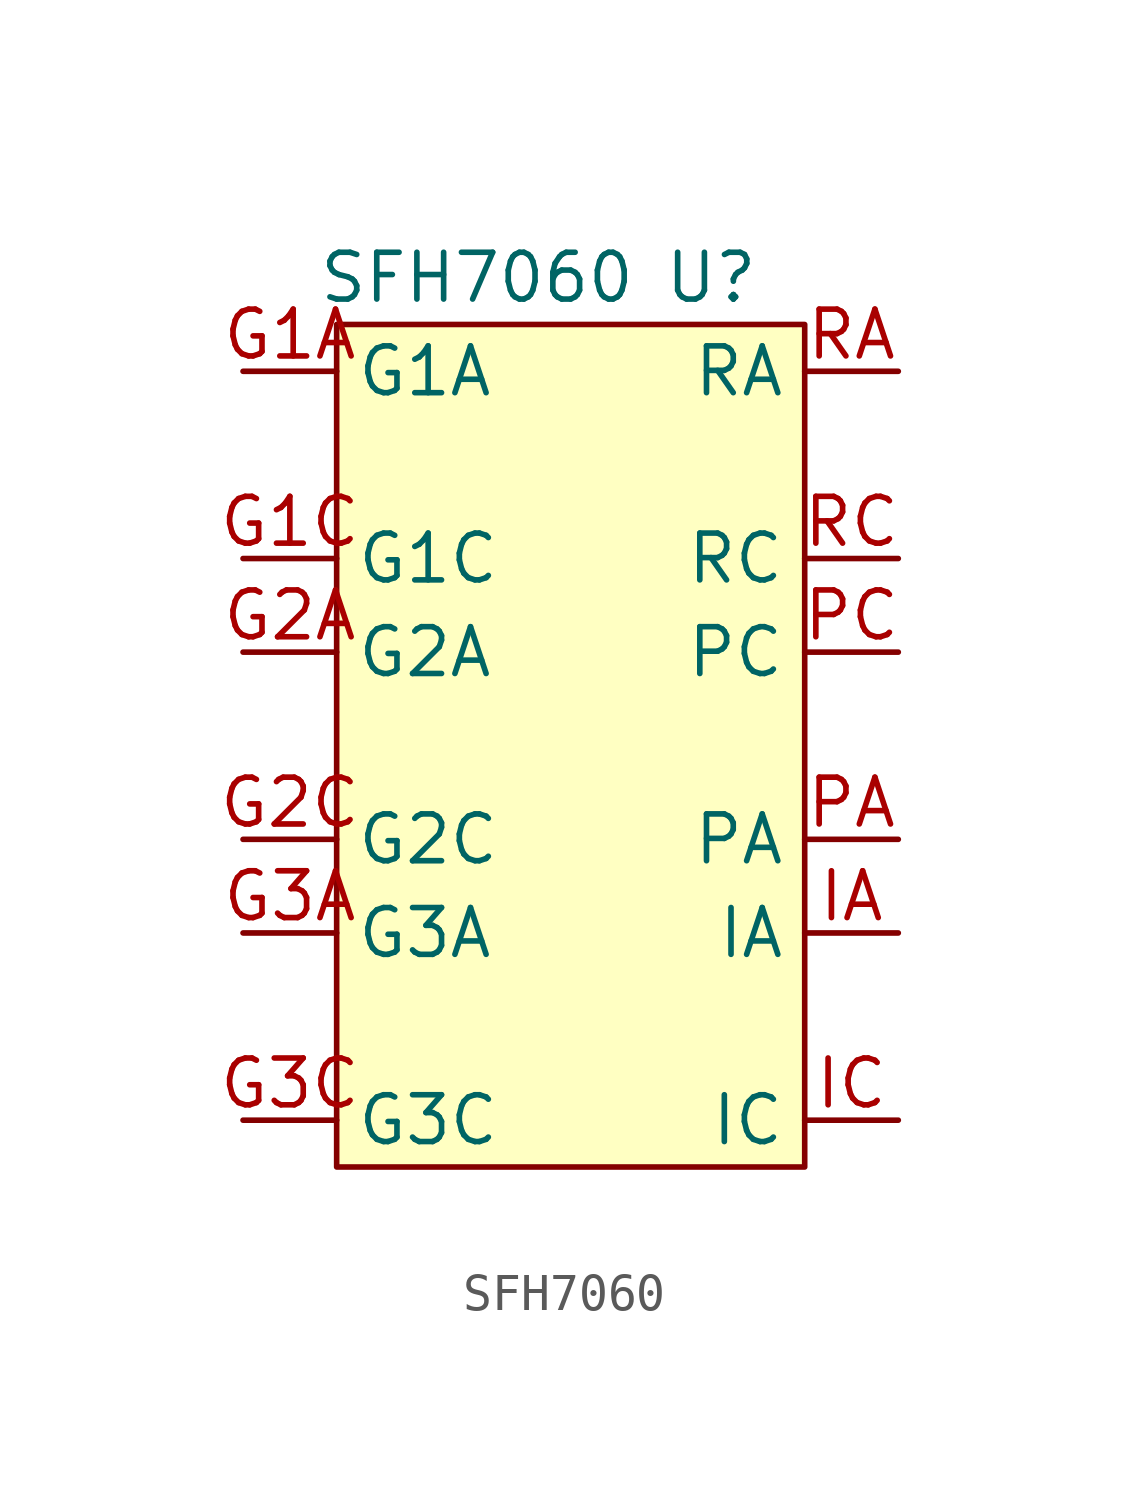
<source format=kicad_sym>
(kicad_symbol_lib
  (version 20211014)
  (generator kicad_symbol_editor)
  (symbol "SFH7060"
    (property "Reference" "U"
      (at 3.81 12.7 0)
      (effects (font (size 1.27 1.27))))
    (property "Value" "SFH7060"
      (at -2.54 12.7 0)
      (effects (font (size 1.27 1.27))))
    (symbol "SFH7060_0_1"
      (rectangle (start -6.35 11.43) (end 6.35 -11.43) (stroke (width 0.152) (type default) (color 0 0 0 0)) (fill (type background))))
    (symbol "SFH7060_1_1"
      (pin input line (at -8.89 10.16 0) (length 2.54) (name "G1A" (effects (font (size 1.27 1.27)))) (number "G1A" (effects (font (size 1.27 1.27)))))
      (pin input line (at -8.89 5.08 0) (length 2.54) (name "G1C" (effects (font (size 1.27 1.27)))) (number "G1C" (effects (font (size 1.27 1.27)))))
      (pin input line (at -8.89 2.54 0) (length 2.54) (name "G2A" (effects (font (size 1.27 1.27)))) (number "G2A" (effects (font (size 1.27 1.27)))))
      (pin input line (at -8.89 -2.54 0) (length 2.54) (name "G2C" (effects (font (size 1.27 1.27)))) (number "G2C" (effects (font (size 1.27 1.27)))))
      (pin input line (at -8.89 -5.08 0) (length 2.54) (name "G3A" (effects (font (size 1.27 1.27)))) (number "G3A" (effects (font (size 1.27 1.27)))))
      (pin input line (at -8.89 -10.16 0) (length 2.54) (name "G3C" (effects (font (size 1.27 1.27)))) (number "G3C" (effects (font (size 1.27 1.27)))))
      (pin input line (at 8.89 -5.08 180) (length 2.54) (name "IA" (effects (font (size 1.27 1.27)))) (number "IA" (effects (font (size 1.27 1.27)))))
      (pin input line (at 8.89 -10.16 180) (length 2.54) (name "IC" (effects (font (size 1.27 1.27)))) (number "IC" (effects (font (size 1.27 1.27)))))
      (pin input line (at 8.89 -2.54 180) (length 2.54) (name "PA" (effects (font (size 1.27 1.27)))) (number "PA" (effects (font (size 1.27 1.27)))))
      (pin input line (at 8.89 2.54 180) (length 2.54) (name "PC" (effects (font (size 1.27 1.27)))) (number "PC" (effects (font (size 1.27 1.27)))))
      (pin input line (at 8.89 10.16 180) (length 2.54) (name "RA" (effects (font (size 1.27 1.27)))) (number "RA" (effects (font (size 1.27 1.27)))))
      (pin input line (at 8.89 5.08 180) (length 2.54) (name "RC" (effects (font (size 1.27 1.27)))) (number "RC" (effects (font (size 1.27 1.27))))))))
</source>
